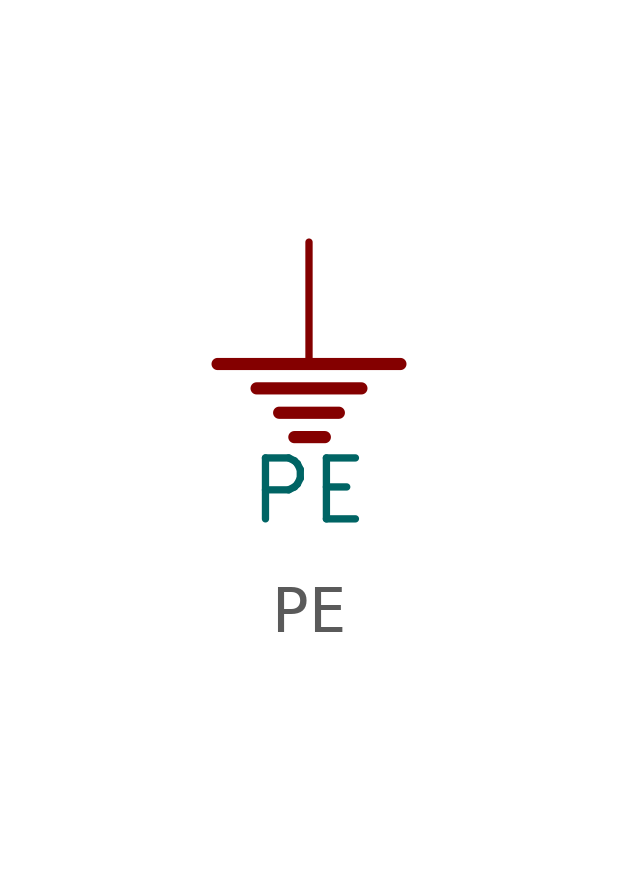
<source format=kicad_sym>
(kicad_symbol_lib
  (version 20241209)
  (generator "kicad_symbol_editor")
  (generator_version "9.0")
  (symbol "PE"
    (power)
    (property "Reference" "#PE"
      (at 0 0 0)
      (effects (font (size 1.27 1.27)) (hide yes)))
    (property "Value" "PE"
      (at 0 -1.905 0)
      (effects (font (size 1.27 1.27)) (justify top)))
    (property "ki_locked" ""
      (at 0 0 0)
      (effects (font (size 1.27 1.27))))
    (symbol "PE_1_0"
      (polyline (pts (xy -1.905 0) (xy 1.905 0)) (stroke (width 0.254) (type solid)) (fill (type none)))
      (polyline (pts (xy -1.092 -0.508) (xy 1.092 -0.508)) (stroke (width 0.254) (type solid)) (fill (type none)))
      (polyline (pts (xy -0.622 -1.016) (xy 0.622 -1.016)) (stroke (width 0.254) (type solid)) (fill (type none)))
      (polyline (pts (xy -0.305 -1.524) (xy 0.33 -1.524)) (stroke (width 0.254) (type solid)) (fill (type none)))
      (pin power_in line (at 0 2.54 270) (length 2.54) (name "PE" (effects (font (size 0 0)))) (number "1" (effects (font (size 0 0))))))))
</source>
